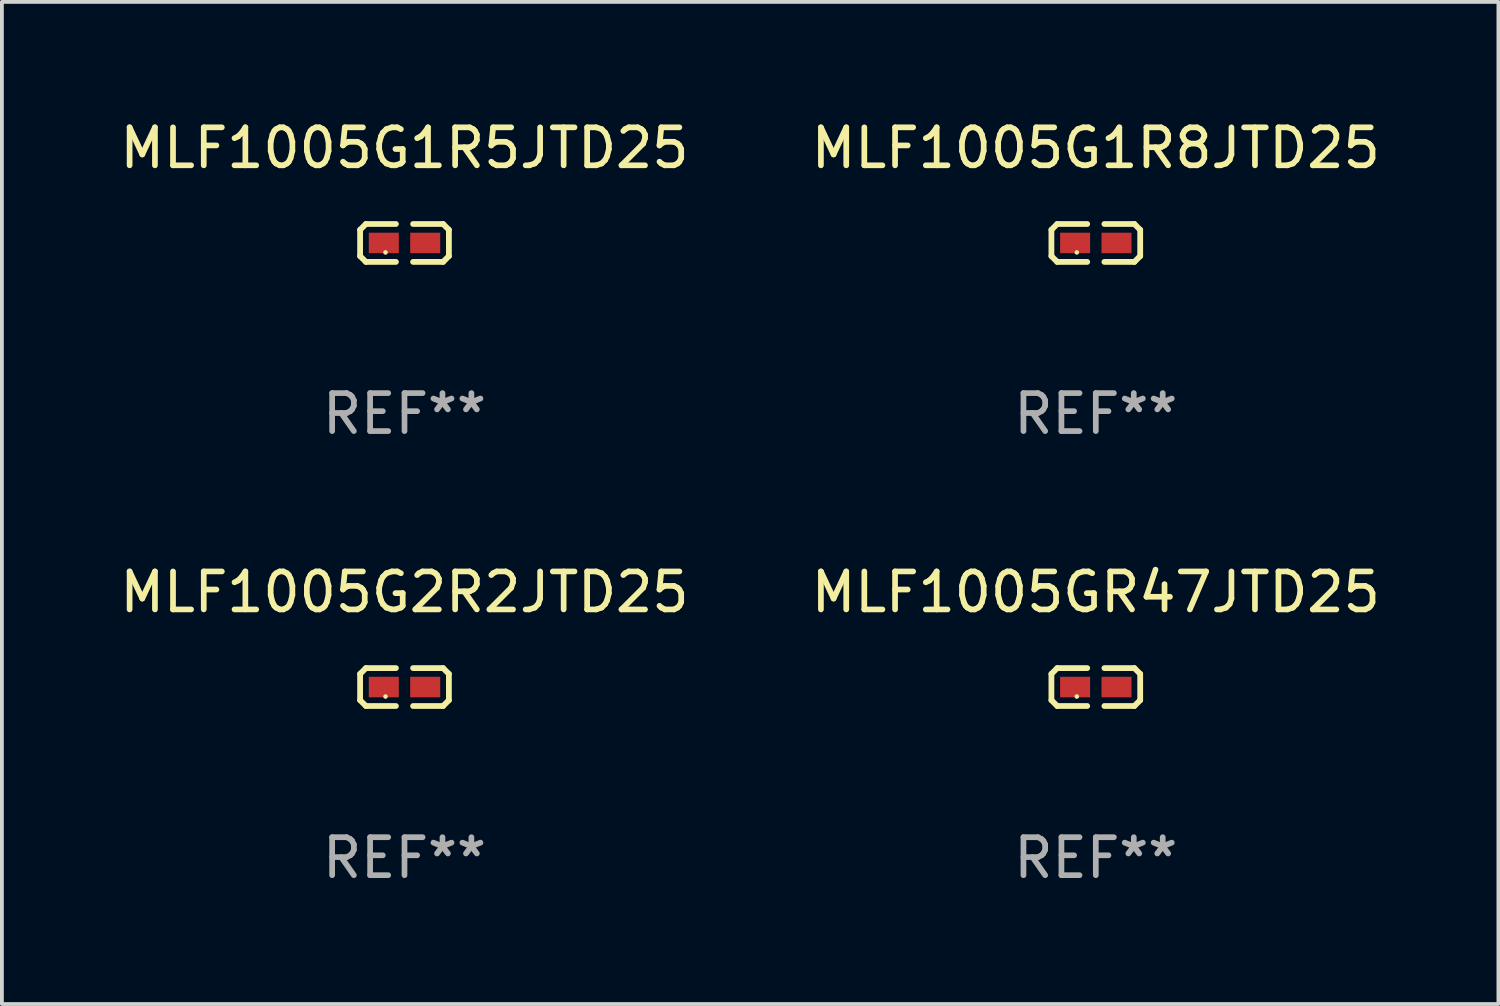
<source format=kicad_pcb>
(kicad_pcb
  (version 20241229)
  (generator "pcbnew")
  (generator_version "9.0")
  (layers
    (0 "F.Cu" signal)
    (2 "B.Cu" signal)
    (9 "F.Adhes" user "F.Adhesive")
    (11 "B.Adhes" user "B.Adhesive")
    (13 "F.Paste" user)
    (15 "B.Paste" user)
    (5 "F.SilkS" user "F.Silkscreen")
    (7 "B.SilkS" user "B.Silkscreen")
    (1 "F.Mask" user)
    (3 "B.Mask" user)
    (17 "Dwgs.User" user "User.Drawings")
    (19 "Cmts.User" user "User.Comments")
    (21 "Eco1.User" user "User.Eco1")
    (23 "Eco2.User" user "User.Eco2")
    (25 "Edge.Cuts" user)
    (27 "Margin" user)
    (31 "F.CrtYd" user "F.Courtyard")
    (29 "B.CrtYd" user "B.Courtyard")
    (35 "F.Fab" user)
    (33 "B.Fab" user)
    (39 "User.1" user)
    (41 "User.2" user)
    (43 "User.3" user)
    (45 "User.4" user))
  (footprint "MLF1005GR47JTD25"
    (layer "F.Cu")
    (at 25.804 15.041)
    (property "Reference" "MLF1005GR47JTD25" (at 0 -2.499 0) (layer "F.SilkS") (effects (font (size 1 1) (thickness 0.15))))
    (attr through_hole)
    (fp_line (start -1.169 -0.346) (end -1.016 -0.499) (stroke (width 0.152) (type solid)) (layer "F.SilkS"))
    (fp_line (start -1.169 0.346) (end -1.169 -0.346) (stroke (width 0.152) (type solid)) (layer "F.SilkS"))
    (fp_line (start -1.016 -0.499) (end -0.226 -0.499) (stroke (width 0.152) (type solid)) (layer "F.SilkS"))
    (fp_line (start -1.016 0.499) (end -1.169 0.346) (stroke (width 0.152) (type solid)) (layer "F.SilkS"))
    (fp_line (start -0.226 0.499) (end -1.016 0.499) (stroke (width 0.152) (type solid)) (layer "F.SilkS"))
    (fp_line (start 0.226 0.499) (end 1.016 0.499) (stroke (width 0.152) (type solid)) (layer "F.SilkS"))
    (fp_line (start 1.016 -0.499) (end 0.226 -0.499) (stroke (width 0.152) (type solid)) (layer "F.SilkS"))
    (fp_line (start 1.016 0.499) (end 1.169 0.346) (stroke (width 0.152) (type solid)) (layer "F.SilkS"))
    (fp_line (start 1.169 -0.346) (end 1.016 -0.499) (stroke (width 0.152) (type solid)) (layer "F.SilkS"))
    (fp_line (start 1.169 0.346) (end 1.169 -0.346) (stroke (width 0.152) (type solid)) (layer "F.SilkS"))
    (fp_circle (center -0.5 0.25) (end -0.47 0.25) (stroke (width 0.06) (type solid)) (fill no) (layer "F.SilkS"))
    (fp_text user "REF**" (at 0 4.499 0) (layer "F.Fab") (effects (font (size 1 1) (thickness 0.15))))
    (pad "1" smd rect (at -0.545 0) (size 0.79 0.54) (layers "F.Cu" "F.Mask" "F.Paste"))
    (pad "2" smd rect (at 0.545 0) (size 0.79 0.54) (layers "F.Cu" "F.Mask" "F.Paste")))
  (footprint "MLF1005G2R2JTD25"
    (layer "F.Cu")
    (at 7.601 15.041)
    (property "Reference" "MLF1005G2R2JTD25" (at 0 -2.499 0) (layer "F.SilkS") (effects (font (size 1 1) (thickness 0.15))))
    (attr through_hole)
    (fp_line (start -1.169 -0.346) (end -1.016 -0.499) (stroke (width 0.152) (type solid)) (layer "F.SilkS"))
    (fp_line (start -1.169 0.346) (end -1.169 -0.346) (stroke (width 0.152) (type solid)) (layer "F.SilkS"))
    (fp_line (start -1.016 -0.499) (end -0.226 -0.499) (stroke (width 0.152) (type solid)) (layer "F.SilkS"))
    (fp_line (start -1.016 0.499) (end -1.169 0.346) (stroke (width 0.152) (type solid)) (layer "F.SilkS"))
    (fp_line (start -0.226 0.499) (end -1.016 0.499) (stroke (width 0.152) (type solid)) (layer "F.SilkS"))
    (fp_line (start 0.226 0.499) (end 1.016 0.499) (stroke (width 0.152) (type solid)) (layer "F.SilkS"))
    (fp_line (start 1.016 -0.499) (end 0.226 -0.499) (stroke (width 0.152) (type solid)) (layer "F.SilkS"))
    (fp_line (start 1.016 0.499) (end 1.169 0.346) (stroke (width 0.152) (type solid)) (layer "F.SilkS"))
    (fp_line (start 1.169 -0.346) (end 1.016 -0.499) (stroke (width 0.152) (type solid)) (layer "F.SilkS"))
    (fp_line (start 1.169 0.346) (end 1.169 -0.346) (stroke (width 0.152) (type solid)) (layer "F.SilkS"))
    (fp_circle (center -0.5 0.25) (end -0.47 0.25) (stroke (width 0.06) (type solid)) (fill no) (layer "F.SilkS"))
    (fp_text user "REF**" (at 0 4.499 0) (layer "F.Fab") (effects (font (size 1 1) (thickness 0.15))))
    (pad "1" smd rect (at -0.545 0) (size 0.79 0.54) (layers "F.Cu" "F.Mask" "F.Paste"))
    (pad "2" smd rect (at 0.545 0) (size 0.79 0.54) (layers "F.Cu" "F.Mask" "F.Paste")))
  (footprint "MLF1005G1R8JTD25"
    (layer "F.Cu")
    (at 25.804 3.347)
    (property "Reference" "MLF1005G1R8JTD25" (at 0 -2.499 0) (layer "F.SilkS") (effects (font (size 1 1) (thickness 0.15))))
    (attr through_hole)
    (fp_line (start -1.169 -0.346) (end -1.016 -0.499) (stroke (width 0.152) (type solid)) (layer "F.SilkS"))
    (fp_line (start -1.169 0.346) (end -1.169 -0.346) (stroke (width 0.152) (type solid)) (layer "F.SilkS"))
    (fp_line (start -1.016 -0.499) (end -0.226 -0.499) (stroke (width 0.152) (type solid)) (layer "F.SilkS"))
    (fp_line (start -1.016 0.499) (end -1.169 0.346) (stroke (width 0.152) (type solid)) (layer "F.SilkS"))
    (fp_line (start -0.226 0.499) (end -1.016 0.499) (stroke (width 0.152) (type solid)) (layer "F.SilkS"))
    (fp_line (start 0.226 0.499) (end 1.016 0.499) (stroke (width 0.152) (type solid)) (layer "F.SilkS"))
    (fp_line (start 1.016 -0.499) (end 0.226 -0.499) (stroke (width 0.152) (type solid)) (layer "F.SilkS"))
    (fp_line (start 1.016 0.499) (end 1.169 0.346) (stroke (width 0.152) (type solid)) (layer "F.SilkS"))
    (fp_line (start 1.169 -0.346) (end 1.016 -0.499) (stroke (width 0.152) (type solid)) (layer "F.SilkS"))
    (fp_line (start 1.169 0.346) (end 1.169 -0.346) (stroke (width 0.152) (type solid)) (layer "F.SilkS"))
    (fp_circle (center -0.5 0.25) (end -0.47 0.25) (stroke (width 0.06) (type solid)) (fill no) (layer "F.SilkS"))
    (fp_text user "REF**" (at 0 4.499 0) (layer "F.Fab") (effects (font (size 1 1) (thickness 0.15))))
    (pad "1" smd rect (at -0.545 0) (size 0.79 0.54) (layers "F.Cu" "F.Mask" "F.Paste"))
    (pad "2" smd rect (at 0.545 0) (size 0.79 0.54) (layers "F.Cu" "F.Mask" "F.Paste")))
  (footprint "MLF1005G1R5JTD25"
    (layer "F.Cu")
    (at 7.601 3.347)
    (property "Reference" "MLF1005G1R5JTD25" (at 0 -2.499 0) (layer "F.SilkS") (effects (font (size 1 1) (thickness 0.15))))
    (attr through_hole)
    (fp_line (start -1.169 -0.346) (end -1.016 -0.499) (stroke (width 0.152) (type solid)) (layer "F.SilkS"))
    (fp_line (start -1.169 0.346) (end -1.169 -0.346) (stroke (width 0.152) (type solid)) (layer "F.SilkS"))
    (fp_line (start -1.016 -0.499) (end -0.226 -0.499) (stroke (width 0.152) (type solid)) (layer "F.SilkS"))
    (fp_line (start -1.016 0.499) (end -1.169 0.346) (stroke (width 0.152) (type solid)) (layer "F.SilkS"))
    (fp_line (start -0.226 0.499) (end -1.016 0.499) (stroke (width 0.152) (type solid)) (layer "F.SilkS"))
    (fp_line (start 0.226 0.499) (end 1.016 0.499) (stroke (width 0.152) (type solid)) (layer "F.SilkS"))
    (fp_line (start 1.016 -0.499) (end 0.226 -0.499) (stroke (width 0.152) (type solid)) (layer "F.SilkS"))
    (fp_line (start 1.016 0.499) (end 1.169 0.346) (stroke (width 0.152) (type solid)) (layer "F.SilkS"))
    (fp_line (start 1.169 -0.346) (end 1.016 -0.499) (stroke (width 0.152) (type solid)) (layer "F.SilkS"))
    (fp_line (start 1.169 0.346) (end 1.169 -0.346) (stroke (width 0.152) (type solid)) (layer "F.SilkS"))
    (fp_circle (center -0.5 0.25) (end -0.47 0.25) (stroke (width 0.06) (type solid)) (fill no) (layer "F.SilkS"))
    (fp_text user "REF**" (at 0 4.499 0) (layer "F.Fab") (effects (font (size 1 1) (thickness 0.15))))
    (pad "1" smd rect (at -0.545 0) (size 0.79 0.54) (layers "F.Cu" "F.Mask" "F.Paste"))
    (pad "2" smd rect (at 0.545 0) (size 0.79 0.54) (layers "F.Cu" "F.Mask" "F.Paste")))
  (gr_rect
    (start -3 -3)
    (end 36.405 23.387)
    (stroke (width 0.1) (type default))
    (fill no)
    (layer "Edge.Cuts")))
</source>
